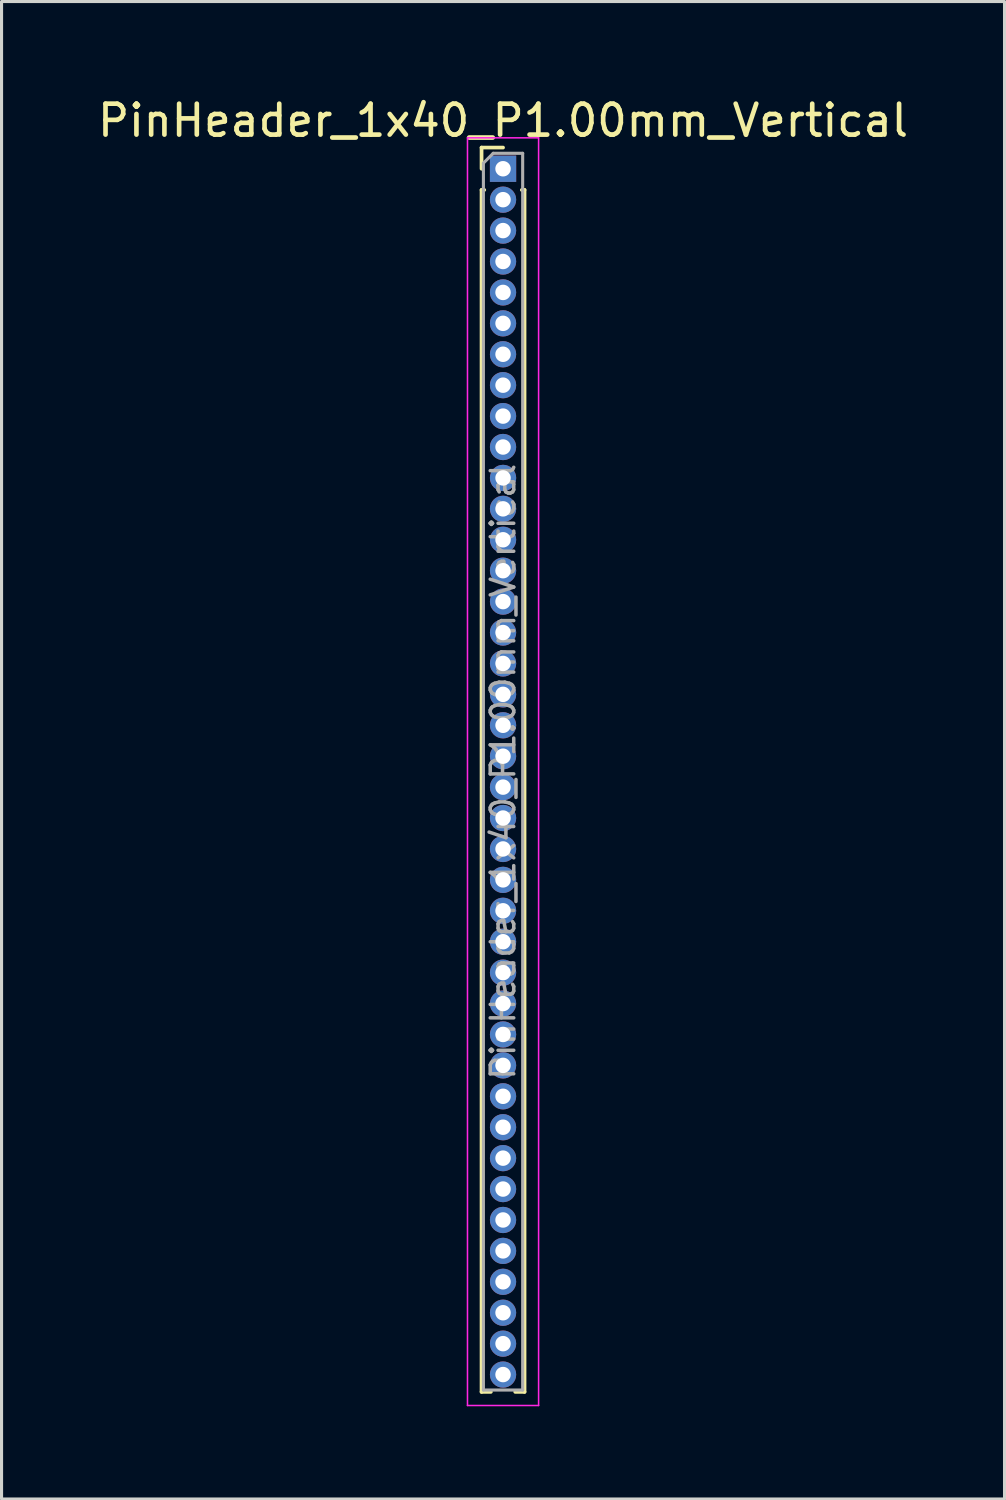
<source format=kicad_pcb>
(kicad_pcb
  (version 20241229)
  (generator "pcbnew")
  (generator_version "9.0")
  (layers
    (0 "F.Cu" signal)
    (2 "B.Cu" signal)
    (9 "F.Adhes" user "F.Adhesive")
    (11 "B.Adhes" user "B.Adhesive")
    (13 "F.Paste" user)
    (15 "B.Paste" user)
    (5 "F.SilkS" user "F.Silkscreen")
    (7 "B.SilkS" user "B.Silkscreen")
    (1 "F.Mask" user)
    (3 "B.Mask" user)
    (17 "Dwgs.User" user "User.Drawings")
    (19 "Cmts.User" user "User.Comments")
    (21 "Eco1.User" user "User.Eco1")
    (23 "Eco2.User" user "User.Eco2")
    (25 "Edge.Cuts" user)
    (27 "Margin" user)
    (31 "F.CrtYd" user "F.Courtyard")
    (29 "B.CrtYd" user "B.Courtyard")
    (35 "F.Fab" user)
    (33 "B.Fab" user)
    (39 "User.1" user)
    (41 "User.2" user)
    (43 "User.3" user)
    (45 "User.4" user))
  (footprint "PinHeader_1x40_P1.00mm_Vertical"
    (layer "F.Cu")
    (at 13.22 2.408)
    (property "Reference" "PinHeader_1x40_P1.00mm_Vertical" (at 0 -1.56 0) (layer "F.SilkS") (effects (font (size 1 1) (thickness 0.15))))
    (attr through_hole)
    (fp_line (start -0.695 -0.685) (end 0 -0.685) (stroke (width 0.12) (type solid)) (layer "F.SilkS"))
    (fp_line (start -0.695 0) (end -0.695 -0.685) (stroke (width 0.12) (type solid)) (layer "F.SilkS"))
    (fp_line (start -0.695 0.685) (end -0.695 39.56) (stroke (width 0.12) (type solid)) (layer "F.SilkS"))
    (fp_line (start -0.695 0.685) (end -0.608 0.685) (stroke (width 0.12) (type solid)) (layer "F.SilkS"))
    (fp_line (start -0.695 39.56) (end -0.394 39.56) (stroke (width 0.12) (type solid)) (layer "F.SilkS"))
    (fp_line (start 0.394 39.56) (end 0.695 39.56) (stroke (width 0.12) (type solid)) (layer "F.SilkS"))
    (fp_line (start 0.608 0.685) (end 0.695 0.685) (stroke (width 0.12) (type solid)) (layer "F.SilkS"))
    (fp_line (start 0.695 0.685) (end 0.695 39.56) (stroke (width 0.12) (type solid)) (layer "F.SilkS"))
    (fp_line (start -1.15 -1) (end -1.15 40) (stroke (width 0.05) (type solid)) (layer "F.CrtYd"))
    (fp_line (start -1.15 40) (end 1.15 40) (stroke (width 0.05) (type solid)) (layer "F.CrtYd"))
    (fp_line (start 1.15 -1) (end -1.15 -1) (stroke (width 0.05) (type solid)) (layer "F.CrtYd"))
    (fp_line (start 1.15 40) (end 1.15 -1) (stroke (width 0.05) (type solid)) (layer "F.CrtYd"))
    (fp_line (start -0.635 -0.182) (end -0.318 -0.5) (stroke (width 0.1) (type solid)) (layer "F.Fab"))
    (fp_line (start -0.635 39.5) (end -0.635 -0.182) (stroke (width 0.1) (type solid)) (layer "F.Fab"))
    (fp_line (start -0.318 -0.5) (end 0.635 -0.5) (stroke (width 0.1) (type solid)) (layer "F.Fab"))
    (fp_line (start 0.635 -0.5) (end 0.635 39.5) (stroke (width 0.1) (type solid)) (layer "F.Fab"))
    (fp_line (start 0.635 39.5) (end -0.635 39.5) (stroke (width 0.1) (type solid)) (layer "F.Fab"))
    (fp_text user "${REFERENCE}" (at 0 19.5 90) (layer "F.Fab") (effects (font (size 0.76 0.76) (thickness 0.114))))
    (pad "1" thru_hole rect (at 0 0) (size 0.85 0.85) (drill 0.5) (layers "*.Cu" "*.Mask"))
    (pad "2" thru_hole oval (at 0 1) (size 0.85 0.85) (drill 0.5) (layers "*.Cu" "*.Mask"))
    (pad "3" thru_hole oval (at 0 2) (size 0.85 0.85) (drill 0.5) (layers "*.Cu" "*.Mask"))
    (pad "4" thru_hole oval (at 0 3) (size 0.85 0.85) (drill 0.5) (layers "*.Cu" "*.Mask"))
    (pad "5" thru_hole oval (at 0 4) (size 0.85 0.85) (drill 0.5) (layers "*.Cu" "*.Mask"))
    (pad "6" thru_hole oval (at 0 5) (size 0.85 0.85) (drill 0.5) (layers "*.Cu" "*.Mask"))
    (pad "7" thru_hole oval (at 0 6) (size 0.85 0.85) (drill 0.5) (layers "*.Cu" "*.Mask"))
    (pad "8" thru_hole oval (at 0 7) (size 0.85 0.85) (drill 0.5) (layers "*.Cu" "*.Mask"))
    (pad "9" thru_hole oval (at 0 8) (size 0.85 0.85) (drill 0.5) (layers "*.Cu" "*.Mask"))
    (pad "10" thru_hole oval (at 0 9) (size 0.85 0.85) (drill 0.5) (layers "*.Cu" "*.Mask"))
    (pad "11" thru_hole oval (at 0 10) (size 0.85 0.85) (drill 0.5) (layers "*.Cu" "*.Mask"))
    (pad "12" thru_hole oval (at 0 11) (size 0.85 0.85) (drill 0.5) (layers "*.Cu" "*.Mask"))
    (pad "13" thru_hole oval (at 0 12) (size 0.85 0.85) (drill 0.5) (layers "*.Cu" "*.Mask"))
    (pad "14" thru_hole oval (at 0 13) (size 0.85 0.85) (drill 0.5) (layers "*.Cu" "*.Mask"))
    (pad "15" thru_hole oval (at 0 14) (size 0.85 0.85) (drill 0.5) (layers "*.Cu" "*.Mask"))
    (pad "16" thru_hole oval (at 0 15) (size 0.85 0.85) (drill 0.5) (layers "*.Cu" "*.Mask"))
    (pad "17" thru_hole oval (at 0 16) (size 0.85 0.85) (drill 0.5) (layers "*.Cu" "*.Mask"))
    (pad "18" thru_hole oval (at 0 17) (size 0.85 0.85) (drill 0.5) (layers "*.Cu" "*.Mask"))
    (pad "19" thru_hole oval (at 0 18) (size 0.85 0.85) (drill 0.5) (layers "*.Cu" "*.Mask"))
    (pad "20" thru_hole oval (at 0 19) (size 0.85 0.85) (drill 0.5) (layers "*.Cu" "*.Mask"))
    (pad "21" thru_hole oval (at 0 20) (size 0.85 0.85) (drill 0.5) (layers "*.Cu" "*.Mask"))
    (pad "22" thru_hole oval (at 0 21) (size 0.85 0.85) (drill 0.5) (layers "*.Cu" "*.Mask"))
    (pad "23" thru_hole oval (at 0 22) (size 0.85 0.85) (drill 0.5) (layers "*.Cu" "*.Mask"))
    (pad "24" thru_hole oval (at 0 23) (size 0.85 0.85) (drill 0.5) (layers "*.Cu" "*.Mask"))
    (pad "25" thru_hole oval (at 0 24) (size 0.85 0.85) (drill 0.5) (layers "*.Cu" "*.Mask"))
    (pad "26" thru_hole oval (at 0 25) (size 0.85 0.85) (drill 0.5) (layers "*.Cu" "*.Mask"))
    (pad "27" thru_hole oval (at 0 26) (size 0.85 0.85) (drill 0.5) (layers "*.Cu" "*.Mask"))
    (pad "28" thru_hole oval (at 0 27) (size 0.85 0.85) (drill 0.5) (layers "*.Cu" "*.Mask"))
    (pad "29" thru_hole oval (at 0 28) (size 0.85 0.85) (drill 0.5) (layers "*.Cu" "*.Mask"))
    (pad "30" thru_hole oval (at 0 29) (size 0.85 0.85) (drill 0.5) (layers "*.Cu" "*.Mask"))
    (pad "31" thru_hole oval (at 0 30) (size 0.85 0.85) (drill 0.5) (layers "*.Cu" "*.Mask"))
    (pad "32" thru_hole oval (at 0 31) (size 0.85 0.85) (drill 0.5) (layers "*.Cu" "*.Mask"))
    (pad "33" thru_hole oval (at 0 32) (size 0.85 0.85) (drill 0.5) (layers "*.Cu" "*.Mask"))
    (pad "34" thru_hole oval (at 0 33) (size 0.85 0.85) (drill 0.5) (layers "*.Cu" "*.Mask"))
    (pad "35" thru_hole oval (at 0 34) (size 0.85 0.85) (drill 0.5) (layers "*.Cu" "*.Mask"))
    (pad "36" thru_hole oval (at 0 35) (size 0.85 0.85) (drill 0.5) (layers "*.Cu" "*.Mask"))
    (pad "37" thru_hole oval (at 0 36) (size 0.85 0.85) (drill 0.5) (layers "*.Cu" "*.Mask"))
    (pad "38" thru_hole oval (at 0 37) (size 0.85 0.85) (drill 0.5) (layers "*.Cu" "*.Mask"))
    (pad "39" thru_hole oval (at 0 38) (size 0.85 0.85) (drill 0.5) (layers "*.Cu" "*.Mask"))
    (pad "40" thru_hole oval (at 0 39) (size 0.85 0.85) (drill 0.5) (layers "*.Cu" "*.Mask")))
  (gr_rect
    (start -3 -3)
    (end 29.44 45.433)
    (stroke (width 0.1) (type default))
    (fill no)
    (layer "Edge.Cuts")))
</source>
